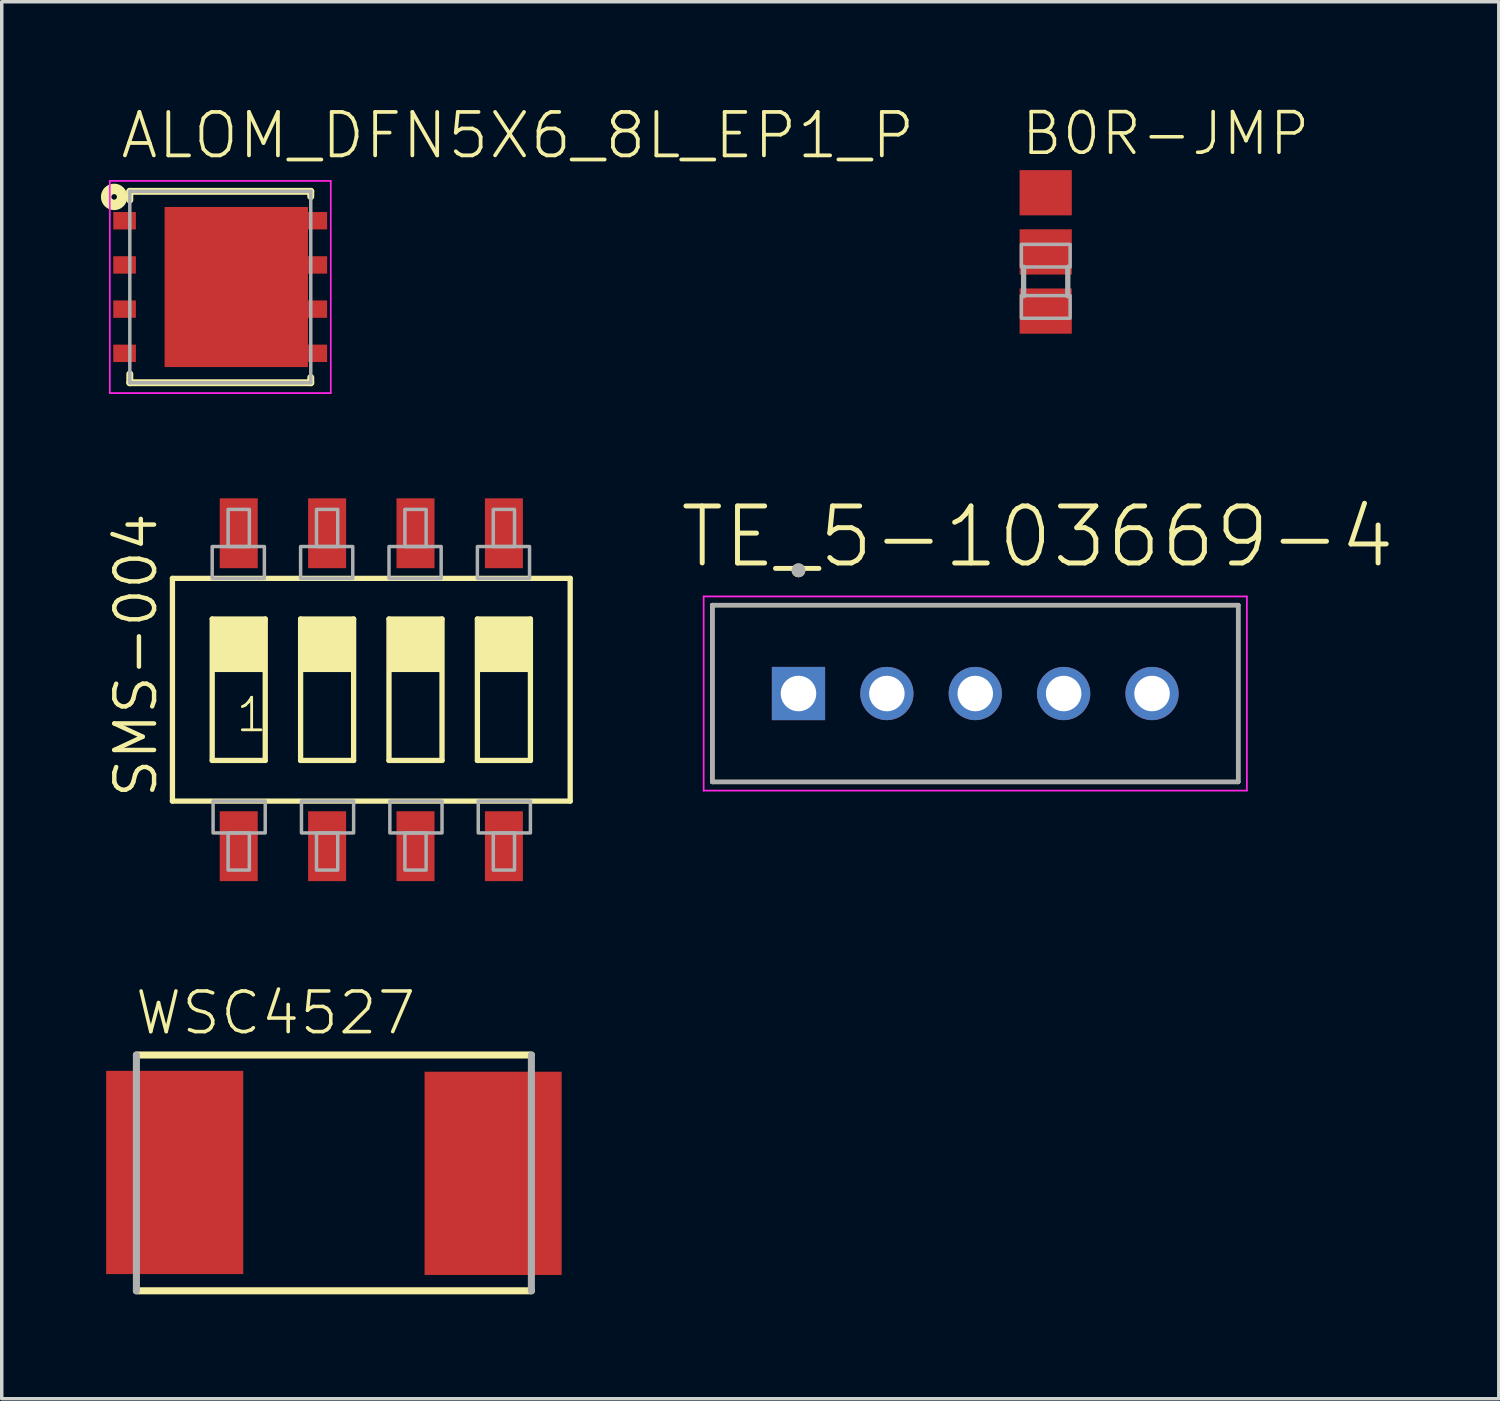
<source format=kicad_pcb>
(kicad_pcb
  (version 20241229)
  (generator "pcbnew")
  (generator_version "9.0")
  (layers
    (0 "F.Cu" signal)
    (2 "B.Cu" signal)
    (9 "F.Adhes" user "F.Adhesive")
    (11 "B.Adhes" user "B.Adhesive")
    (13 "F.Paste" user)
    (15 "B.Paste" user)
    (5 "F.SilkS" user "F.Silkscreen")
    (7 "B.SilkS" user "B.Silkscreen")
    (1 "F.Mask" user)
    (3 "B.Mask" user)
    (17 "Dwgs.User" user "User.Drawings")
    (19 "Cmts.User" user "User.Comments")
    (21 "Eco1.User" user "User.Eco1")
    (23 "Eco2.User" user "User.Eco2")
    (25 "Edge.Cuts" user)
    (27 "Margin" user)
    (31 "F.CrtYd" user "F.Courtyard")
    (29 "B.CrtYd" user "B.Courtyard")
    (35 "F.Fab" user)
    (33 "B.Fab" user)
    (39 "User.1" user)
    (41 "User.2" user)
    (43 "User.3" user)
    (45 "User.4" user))
  (footprint "ALOM_DFN5X6_8L_EP1_P"
    (layer "F.Cu")
    (at 3.28 5.198)
    (property "Reference" "ALOM_DFN5X6_8L_EP1_P" (at -2.931 -3.625 0) (layer "F.SilkS") (effects (font (size 1.248 1.248) (thickness 0.108)) (justify left bottom)))
    (fp_line (start -2.6 -2.75) (end -2.6 -2.5) (stroke (width 0.2) (type solid)) (layer "F.SilkS"))
    (fp_line (start -2.6 2.5) (end -2.6 2.75) (stroke (width 0.2) (type solid)) (layer "F.SilkS"))
    (fp_line (start 2.6 -2.75) (end -2.6 -2.75) (stroke (width 0.2) (type solid)) (layer "F.SilkS"))
    (fp_line (start 2.6 -2.75) (end 2.6 -2.6) (stroke (width 0.2) (type solid)) (layer "F.SilkS"))
    (fp_line (start 2.6 2.6) (end 2.6 2.75) (stroke (width 0.2) (type solid)) (layer "F.SilkS"))
    (fp_line (start 2.6 2.75) (end -2.6 2.75) (stroke (width 0.2) (type solid)) (layer "F.SilkS"))
    (fp_circle (center -3.05 -2.59) (end -2.97 -2.59) (stroke (width 0.3) (type solid)) (fill no) (layer "F.SilkS"))
    (fp_line (start -3.175 -3.048) (end 3.175 -3.048) (stroke (width 0.05) (type solid)) (layer "F.CrtYd"))
    (fp_line (start -3.175 3.048) (end -3.175 -3.048) (stroke (width 0.05) (type solid)) (layer "F.CrtYd"))
    (fp_line (start 3.175 -3.048) (end 3.175 3.048) (stroke (width 0.05) (type solid)) (layer "F.CrtYd"))
    (fp_line (start 3.175 3.048) (end -3.175 3.048) (stroke (width 0.05) (type solid)) (layer "F.CrtYd"))
    (fp_line (start -2.6 -2.75) (end 2.6 -2.75) (stroke (width 0.1) (type solid)) (layer "F.Fab"))
    (fp_line (start -2.6 2.75) (end -2.6 -2.75) (stroke (width 0.1) (type solid)) (layer "F.Fab"))
    (fp_line (start 2.6 -2.75) (end 2.6 2.75) (stroke (width 0.1) (type solid)) (layer "F.Fab"))
    (fp_line (start 2.6 2.75) (end -2.6 2.75) (stroke (width 0.1) (type solid)) (layer "F.Fab"))
    (pad "1" smd rect (at -2.75 -1.905) (size 0.65 0.5) (layers "F.Cu" "F.Mask" "F.Paste"))
    (pad "2" smd rect (at -2.75 -0.635) (size 0.65 0.5) (layers "F.Cu" "F.Mask" "F.Paste"))
    (pad "3" smd rect (at -2.75 0.635) (size 0.65 0.5) (layers "F.Cu" "F.Mask" "F.Paste"))
    (pad "4" smd rect (at -2.75 1.905) (size 0.65 0.5) (layers "F.Cu" "F.Mask" "F.Paste"))
    (pad "5" smd rect (at 2.795 1.905) (size 0.55 0.5) (layers "F.Cu" "F.Mask" "F.Paste"))
    (pad "6" smd rect (at 2.795 0.635) (size 0.55 0.5) (layers "F.Cu" "F.Mask" "F.Paste"))
    (pad "7" smd rect (at 2.795 -0.635) (size 0.55 0.5) (layers "F.Cu" "F.Mask" "F.Paste"))
    (pad "8" smd rect (at 2.795 -1.905) (size 0.55 0.5) (layers "F.Cu" "F.Mask" "F.Paste"))
    (pad "9" smd rect (at 0.46 0) (size 4.12 4.6) (layers "F.Cu" "F.Mask" "F.Paste")))
  (footprint "B0R-JMP"
    (layer "F.Cu")
    (at 26.999 4.189)
    (property "Reference" "B0R-JMP" (at -0.762 -2.716 0) (layer "F.SilkS") (effects (font (size 1.168 1.168) (thickness 0.102)) (justify left bottom)))
    (fp_line (start -0.635 0.44) (end -0.635 1.26) (stroke (width 0.152) (type solid)) (layer "F.Fab"))
    (fp_line (start 0.635 1.26) (end 0.635 0.44) (stroke (width 0.152) (type solid)) (layer "F.Fab"))
    (fp_poly (pts (xy -0.699 -0.217) (xy -0.699 0.433) (xy 0.702 0.433) (xy 0.702 -0.217)) (stroke (width 0.1) (type solid)) (fill no) (layer "F.Fab"))
    (fp_poly (pts (xy -0.699 1.256) (xy -0.699 1.906) (xy 0.702 1.906) (xy 0.702 1.256)) (stroke (width 0.1) (type solid)) (fill no) (layer "F.Fab"))
    (pad "1" smd rect (at 0 -1.7 270) (size 1.3 1.5) (layers "F.Cu" "F.Mask" "F.Paste"))
    (pad "2" smd rect (at 0 0 270) (size 1.3 1.5) (layers "F.Cu" "F.Mask" "F.Paste"))
    (pad "3" smd rect (at 0 1.7 270) (size 1.3 1.5) (layers "F.Cu" "F.Mask" "F.Paste")))
  (footprint "SMS-004"
    (layer "F.Cu")
    (at 7.62 16.77)
    (property "Reference" "SMS-004" (at -6.096 3.175 90) (layer "F.SilkS") (effects (font (size 1.143 1.143) (thickness 0.127)) (justify left bottom)))
    (fp_line (start -5.715 3.2) (end -5.715 -3.2) (stroke (width 0.152) (type solid)) (layer "F.SilkS"))
    (fp_line (start -5.715 3.2) (end 5.715 3.2) (stroke (width 0.152) (type solid)) (layer "F.SilkS"))
    (fp_line (start -4.572 -2.032) (end -3.048 -2.032) (stroke (width 0.152) (type solid)) (layer "F.SilkS"))
    (fp_line (start -4.572 2.032) (end -4.572 -2.032) (stroke (width 0.152) (type solid)) (layer "F.SilkS"))
    (fp_line (start -3.048 -2.032) (end -3.048 2.032) (stroke (width 0.152) (type solid)) (layer "F.SilkS"))
    (fp_line (start -3.048 2.032) (end -4.572 2.032) (stroke (width 0.152) (type solid)) (layer "F.SilkS"))
    (fp_line (start -2.032 -2.032) (end -0.508 -2.032) (stroke (width 0.152) (type solid)) (layer "F.SilkS"))
    (fp_line (start -2.032 2.032) (end -2.032 -2.032) (stroke (width 0.152) (type solid)) (layer "F.SilkS"))
    (fp_line (start -0.508 -2.032) (end -0.508 2.032) (stroke (width 0.152) (type solid)) (layer "F.SilkS"))
    (fp_line (start -0.508 2.032) (end -2.032 2.032) (stroke (width 0.152) (type solid)) (layer "F.SilkS"))
    (fp_line (start 0.508 -2.032) (end 2.032 -2.032) (stroke (width 0.152) (type solid)) (layer "F.SilkS"))
    (fp_line (start 0.508 2.032) (end 0.508 -2.032) (stroke (width 0.152) (type solid)) (layer "F.SilkS"))
    (fp_line (start 2.032 -2.032) (end 2.032 2.032) (stroke (width 0.152) (type solid)) (layer "F.SilkS"))
    (fp_line (start 2.032 2.032) (end 0.508 2.032) (stroke (width 0.152) (type solid)) (layer "F.SilkS"))
    (fp_line (start 3.048 -2.032) (end 4.572 -2.032) (stroke (width 0.152) (type solid)) (layer "F.SilkS"))
    (fp_line (start 3.048 2.032) (end 3.048 -2.032) (stroke (width 0.152) (type solid)) (layer "F.SilkS"))
    (fp_line (start 4.572 -2.032) (end 4.572 2.032) (stroke (width 0.152) (type solid)) (layer "F.SilkS"))
    (fp_line (start 4.572 2.032) (end 3.048 2.032) (stroke (width 0.152) (type solid)) (layer "F.SilkS"))
    (fp_line (start 5.715 -3.2) (end -5.715 -3.2) (stroke (width 0.152) (type solid)) (layer "F.SilkS"))
    (fp_line (start 5.715 -3.2) (end 5.715 3.2) (stroke (width 0.152) (type solid)) (layer "F.SilkS"))
    (fp_poly (pts (xy -4.572 -0.508) (xy -3.048 -0.508) (xy -3.048 -2.032) (xy -4.572 -2.032)) (stroke (width 0) (type solid)) (fill yes) (layer "F.SilkS"))
    (fp_poly (pts (xy -2.032 -0.508) (xy -0.508 -0.508) (xy -0.508 -2.032) (xy -2.032 -2.032)) (stroke (width 0) (type solid)) (fill yes) (layer "F.SilkS"))
    (fp_poly (pts (xy 0.508 -0.508) (xy 2.032 -0.508) (xy 2.032 -2.032) (xy 0.508 -2.032)) (stroke (width 0) (type solid)) (fill yes) (layer "F.SilkS"))
    (fp_poly (pts (xy 3.048 -0.508) (xy 4.572 -0.508) (xy 4.572 -2.032) (xy 3.048 -2.032)) (stroke (width 0) (type solid)) (fill yes) (layer "F.SilkS"))
    (fp_poly (pts (xy -4.572 -3.2) (xy -3.073 -3.2) (xy -3.073 -4.115) (xy -4.572 -4.115)) (stroke (width 0.1) (type solid)) (fill no) (layer "F.Fab"))
    (fp_poly (pts (xy -4.547 4.115) (xy -3.048 4.115) (xy -3.048 3.2) (xy -4.547 3.2)) (stroke (width 0.1) (type solid)) (fill no) (layer "F.Fab"))
    (fp_poly (pts (xy -4.115 -4.115) (xy -3.505 -4.115) (xy -3.505 -5.182) (xy -4.115 -5.182)) (stroke (width 0.1) (type solid)) (fill no) (layer "F.Fab"))
    (fp_poly (pts (xy -4.115 5.182) (xy -3.505 5.182) (xy -3.505 4.115) (xy -4.115 4.115)) (stroke (width 0.1) (type solid)) (fill no) (layer "F.Fab"))
    (fp_poly (pts (xy -2.032 -3.2) (xy -0.533 -3.2) (xy -0.533 -4.115) (xy -2.032 -4.115)) (stroke (width 0.1) (type solid)) (fill no) (layer "F.Fab"))
    (fp_poly (pts (xy -2.007 4.115) (xy -0.508 4.115) (xy -0.508 3.2) (xy -2.007 3.2)) (stroke (width 0.1) (type solid)) (fill no) (layer "F.Fab"))
    (fp_poly (pts (xy -1.575 -4.115) (xy -0.965 -4.115) (xy -0.965 -5.182) (xy -1.575 -5.182)) (stroke (width 0.1) (type solid)) (fill no) (layer "F.Fab"))
    (fp_poly (pts (xy -1.575 5.182) (xy -0.965 5.182) (xy -0.965 4.115) (xy -1.575 4.115)) (stroke (width 0.1) (type solid)) (fill no) (layer "F.Fab"))
    (fp_poly (pts (xy 0.508 -3.2) (xy 2.007 -3.2) (xy 2.007 -4.115) (xy 0.508 -4.115)) (stroke (width 0.1) (type solid)) (fill no) (layer "F.Fab"))
    (fp_poly (pts (xy 0.533 4.115) (xy 2.032 4.115) (xy 2.032 3.2) (xy 0.533 3.2)) (stroke (width 0.1) (type solid)) (fill no) (layer "F.Fab"))
    (fp_poly (pts (xy 0.965 -4.115) (xy 1.575 -4.115) (xy 1.575 -5.182) (xy 0.965 -5.182)) (stroke (width 0.1) (type solid)) (fill no) (layer "F.Fab"))
    (fp_poly (pts (xy 0.965 5.182) (xy 1.575 5.182) (xy 1.575 4.115) (xy 0.965 4.115)) (stroke (width 0.1) (type solid)) (fill no) (layer "F.Fab"))
    (fp_poly (pts (xy 3.048 -3.2) (xy 4.547 -3.2) (xy 4.547 -4.115) (xy 3.048 -4.115)) (stroke (width 0.1) (type solid)) (fill no) (layer "F.Fab"))
    (fp_poly (pts (xy 3.073 4.115) (xy 4.572 4.115) (xy 4.572 3.2) (xy 3.073 3.2)) (stroke (width 0.1) (type solid)) (fill no) (layer "F.Fab"))
    (fp_poly (pts (xy 3.505 -4.115) (xy 4.115 -4.115) (xy 4.115 -5.182) (xy 3.505 -5.182)) (stroke (width 0.1) (type solid)) (fill no) (layer "F.Fab"))
    (fp_poly (pts (xy 3.505 5.182) (xy 4.115 5.182) (xy 4.115 4.115) (xy 3.505 4.115)) (stroke (width 0.1) (type solid)) (fill no) (layer "F.Fab"))
    (fp_text user "1" (at -3.937 1.27 0) (layer "F.SilkS") (effects (font (size 0.935 0.935) (thickness 0.081)) (justify left bottom)))
    (pad "1" smd rect (at -3.81 4.496) (size 1.092 2.007) (layers "F.Cu" "F.Mask" "F.Paste"))
    (pad "2" smd rect (at -1.27 4.496) (size 1.092 2.007) (layers "F.Cu" "F.Mask" "F.Paste"))
    (pad "3" smd rect (at 1.27 4.496) (size 1.092 2.007) (layers "F.Cu" "F.Mask" "F.Paste"))
    (pad "4" smd rect (at 3.81 4.496) (size 1.092 2.007) (layers "F.Cu" "F.Mask" "F.Paste"))
    (pad "5" smd rect (at 3.81 -4.496) (size 1.092 2.007) (layers "F.Cu" "F.Mask" "F.Paste"))
    (pad "6" smd rect (at 1.27 -4.496) (size 1.092 2.007) (layers "F.Cu" "F.Mask" "F.Paste"))
    (pad "7" smd rect (at -1.27 -4.496) (size 1.092 2.007) (layers "F.Cu" "F.Mask" "F.Paste"))
    (pad "8" smd rect (at -3.81 -4.496) (size 1.092 2.007) (layers "F.Cu" "F.Mask" "F.Paste")))
  (footprint "TE_5-103669-4"
    (layer "F.Cu")
    (at 24.975 16.879)
    (property "Reference" "TE_5-103669-4" (at -8.564 -3.544 0) (layer "F.SilkS") (effects (font (size 1.638 1.638) (thickness 0.142)) (justify left bottom)))
    (fp_line (start -7.555 -2.54) (end 7.555 -2.54) (stroke (width 0.127) (type solid)) (layer "F.SilkS"))
    (fp_line (start -7.555 2.54) (end -7.555 -2.54) (stroke (width 0.127) (type solid)) (layer "F.SilkS"))
    (fp_line (start 7.555 -2.54) (end 7.555 2.54) (stroke (width 0.127) (type solid)) (layer "F.SilkS"))
    (fp_line (start 7.555 2.54) (end -7.555 2.54) (stroke (width 0.127) (type solid)) (layer "F.SilkS"))
    (fp_circle (center -5.08 -3.54) (end -4.98 -3.54) (stroke (width 0.2) (type solid)) (fill no) (layer "F.SilkS"))
    (fp_line (start -7.805 -2.79) (end 7.805 -2.79) (stroke (width 0.05) (type solid)) (layer "F.CrtYd"))
    (fp_line (start -7.805 2.79) (end -7.805 -2.79) (stroke (width 0.05) (type solid)) (layer "F.CrtYd"))
    (fp_line (start 7.805 -2.79) (end 7.805 2.79) (stroke (width 0.05) (type solid)) (layer "F.CrtYd"))
    (fp_line (start 7.805 2.79) (end -7.805 2.79) (stroke (width 0.05) (type solid)) (layer "F.CrtYd"))
    (fp_line (start -7.555 -2.54) (end 7.555 -2.54) (stroke (width 0.127) (type solid)) (layer "F.Fab"))
    (fp_line (start -7.555 2.54) (end -7.555 -2.54) (stroke (width 0.127) (type solid)) (layer "F.Fab"))
    (fp_line (start 7.555 -2.54) (end 7.555 2.54) (stroke (width 0.127) (type solid)) (layer "F.Fab"))
    (fp_line (start 7.555 2.54) (end -7.555 2.54) (stroke (width 0.127) (type solid)) (layer "F.Fab"))
    (fp_circle (center -5.08 -3.54) (end -4.98 -3.54) (stroke (width 0.2) (type solid)) (fill no) (layer "F.Fab"))
    (pad "1" thru_hole rect (at -5.08 0) (size 1.53 1.53) (drill 1.02) (layers "*.Cu" "*.Mask"))
    (pad "2" thru_hole circle (at -2.54 0) (size 1.53 1.53) (drill 1.02) (layers "*.Cu" "*.Mask"))
    (pad "3" thru_hole circle (at 0 0) (size 1.53 1.53) (drill 1.02) (layers "*.Cu" "*.Mask"))
    (pad "4" thru_hole circle (at 2.54 0) (size 1.53 1.53) (drill 1.02) (layers "*.Cu" "*.Mask"))
    (pad "5" thru_hole circle (at 5.08 0) (size 1.53 1.53) (drill 1.02) (layers "*.Cu" "*.Mask")))
  (footprint "WSC4527"
    (layer "F.Cu")
    (at 6.545 30.667)
    (property "Reference" "WSC4527" (at -5.775 -3.925 0) (layer "F.SilkS") (effects (font (size 1.168 1.168) (thickness 0.102)) (justify left bottom)))
    (fp_line (start -5.675 3.375) (end 5.675 3.375) (stroke (width 0.203) (type solid)) (layer "F.SilkS"))
    (fp_line (start 5.675 -3.4) (end -5.675 -3.4) (stroke (width 0.203) (type solid)) (layer "F.SilkS"))
    (fp_line (start -5.675 -3.4) (end -5.675 3.375) (stroke (width 0.203) (type solid)) (layer "F.Fab"))
    (fp_line (start 5.675 3.375) (end 5.675 -3.4) (stroke (width 0.203) (type solid)) (layer "F.Fab"))
    (pad "1" smd rect (at -4.575 -0.025) (size 3.94 5.84) (layers "F.Cu" "F.Mask" "F.Paste"))
    (pad "2" smd rect (at 4.575 0) (size 3.94 5.84) (layers "F.Cu" "F.Mask" "F.Paste")))
  (gr_rect
    (start -3 -3)
    (end 40.019 37.144)
    (stroke (width 0.1) (type default))
    (fill no)
    (layer "Edge.Cuts")))
</source>
